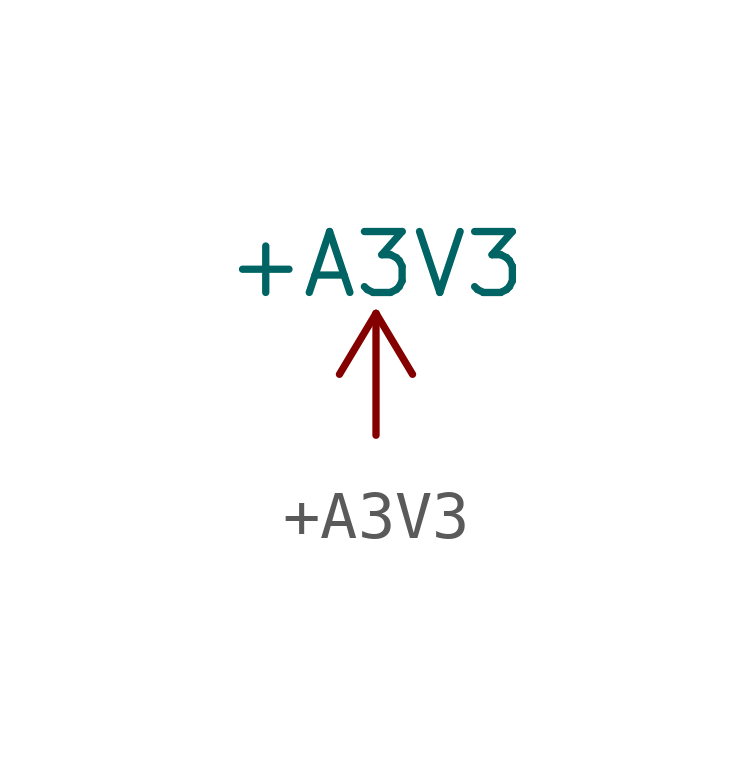
<source format=kicad_sym>
(kicad_symbol_lib
  (version 20220914)
  (generator kicad_symbol_editor)
  (symbol "+A3V3"
    (power)
    (pin_names
      (offset 0))
    (property "Reference" "#PWR"
      (at 0 -3.81 0)
      (effects (font (size 1.27 1.27)) hide))
    (property "Value" "+A3V3"
      (at 0 3.556 0)
      (effects (font (size 1.27 1.27))))
    (symbol "+A3V3_0_1"
      (polyline (pts (xy -0.762 1.27) (xy 0 2.54)) (stroke (width 0) (type default)) (fill (type none)))
      (polyline (pts (xy 0 0) (xy 0 2.54)) (stroke (width 0) (type default)) (fill (type none)))
      (polyline (pts (xy 0 2.54) (xy 0.762 1.27)) (stroke (width 0) (type default)) (fill (type none))))
    (symbol "+A3V3_1_1"
      (pin power_in line (at 0 0 90) (length 0) hide (name "+A3V3" (effects (font (size 1.27 1.27)))) (number "1" (effects (font (size 1.27 1.27))))))))
</source>
